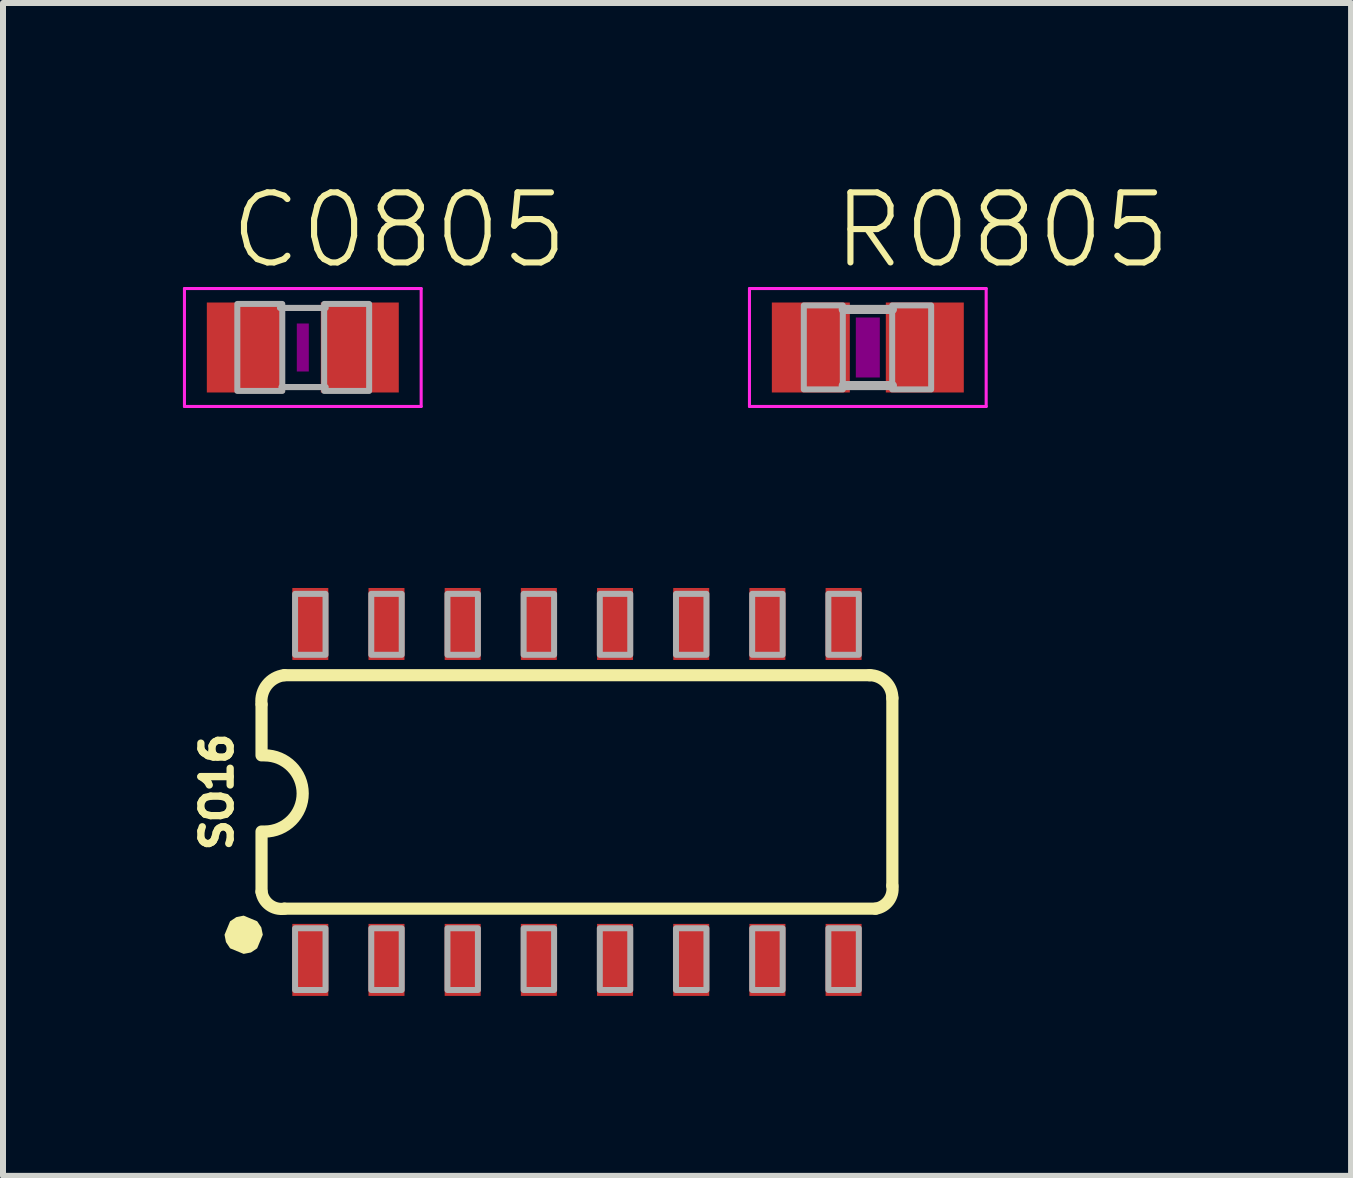
<source format=kicad_pcb>
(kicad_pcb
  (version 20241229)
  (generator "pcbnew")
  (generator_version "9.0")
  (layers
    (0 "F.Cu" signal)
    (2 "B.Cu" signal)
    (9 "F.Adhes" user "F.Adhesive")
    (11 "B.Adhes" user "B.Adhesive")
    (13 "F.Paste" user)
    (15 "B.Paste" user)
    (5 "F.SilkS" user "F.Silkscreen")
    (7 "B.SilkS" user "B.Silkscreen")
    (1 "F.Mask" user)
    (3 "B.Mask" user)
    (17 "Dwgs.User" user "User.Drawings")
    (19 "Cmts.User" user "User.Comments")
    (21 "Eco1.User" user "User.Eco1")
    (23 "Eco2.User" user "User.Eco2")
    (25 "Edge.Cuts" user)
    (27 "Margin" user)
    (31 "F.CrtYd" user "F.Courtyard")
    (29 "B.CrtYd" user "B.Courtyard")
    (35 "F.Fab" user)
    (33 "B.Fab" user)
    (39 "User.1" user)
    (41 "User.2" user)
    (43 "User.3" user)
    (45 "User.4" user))
  (footprint "C0805"
    (layer "F.Cu")
    (at 1.998 2.743)
    (property "Reference" "C0805" (at -1.27 -1.27 0) (layer "F.SilkS") (effects (font (size 1.168 1.168) (thickness 0.102)) (justify left bottom)))
    (fp_poly (pts (xy -0.1 0.4) (xy 0.1 0.4) (xy 0.1 -0.4) (xy -0.1 -0.4)) (stroke (width 0) (type solid)) (fill yes) (layer "F.Adhes"))
    (fp_line (start -1.973 -0.983) (end 1.973 -0.983) (stroke (width 0.051) (type solid)) (layer "F.CrtYd"))
    (fp_line (start -1.973 0.983) (end -1.973 -0.983) (stroke (width 0.051) (type solid)) (layer "F.CrtYd"))
    (fp_line (start 1.973 -0.983) (end 1.973 0.983) (stroke (width 0.051) (type solid)) (layer "F.CrtYd"))
    (fp_line (start 1.973 0.983) (end -1.973 0.983) (stroke (width 0.051) (type solid)) (layer "F.CrtYd"))
    (fp_line (start -0.381 -0.66) (end 0.381 -0.66) (stroke (width 0.102) (type solid)) (layer "F.Fab"))
    (fp_line (start -0.356 0.66) (end 0.381 0.66) (stroke (width 0.102) (type solid)) (layer "F.Fab"))
    (fp_poly (pts (xy -1.092 0.724) (xy -0.342 0.724) (xy -0.342 -0.726) (xy -1.092 -0.726)) (stroke (width 0.1) (type solid)) (fill no) (layer "F.Fab"))
    (fp_poly (pts (xy 0.356 0.724) (xy 1.106 0.724) (xy 1.106 -0.726) (xy 0.356 -0.726)) (stroke (width 0.1) (type solid)) (fill no) (layer "F.Fab"))
    (pad "1" smd rect (at -0.95 0) (size 1.3 1.5) (layers "F.Cu" "F.Mask" "F.Paste"))
    (pad "2" smd rect (at 0.95 0) (size 1.3 1.5) (layers "F.Cu" "F.Mask" "F.Paste")))
  (footprint "SO16"
    (layer "F.Cu")
    (at 6.568 10.152)
    (property "Reference" "SO16" (at -5.715 0 90) (layer "F.SilkS") (effects (font (size 0.488 0.488) (thickness 0.122)) (justify bottom)))
    (fp_line (start -5.258 -1.453) (end -5.258 -0.61) (stroke (width 0.203) (type solid)) (layer "F.SilkS"))
    (fp_line (start -5.258 1.665) (end -5.258 0.66) (stroke (width 0.203) (type solid)) (layer "F.SilkS"))
    (fp_line (start -4.877 1.946) (end 4.977 1.946) (stroke (width 0.203) (type solid)) (layer "F.SilkS"))
    (fp_line (start 4.877 -1.946) (end -4.877 -1.946) (stroke (width 0.203) (type solid)) (layer "F.SilkS"))
    (fp_line (start 5.258 1.565) (end 5.258 -1.565) (stroke (width 0.203) (type solid)) (layer "F.SilkS"))
    (fp_arc (start -5.2578 -1.4653) (mid -5.166948 -1.784731) (end -4.8768 -1.9463) (stroke (width 0.2032) (type solid)) (layer "F.SilkS"))
    (fp_arc (start -5.207 -0.6096) (mid -4.572 0.0254) (end -5.207 0.6604) (stroke (width 0.2032) (type solid)) (layer "F.SilkS"))
    (fp_arc (start -4.876799 1.946301) (mid -5.12554 1.884767) (end -5.2578 1.6653) (stroke (width 0.2032) (type solid)) (layer "F.SilkS"))
    (fp_arc (start 4.8768 -1.9463) (mid 5.146237 -1.834736) (end 5.2578 -1.565298) (stroke (width 0.2032) (type solid)) (layer "F.SilkS"))
    (fp_arc (start 5.2578 1.5653) (mid 5.196208 1.813997) (end 4.9768 1.9463) (stroke (width 0.2032) (type solid)) (layer "F.SilkS"))
    (fp_poly (pts (xy -5.331 2.156) (xy -5.262 2.259) (xy -5.237 2.381) (xy -5.331 2.607) (xy -5.434 2.676) (xy -5.556 2.7) (xy -5.782 2.607) (xy -5.851 2.503) (xy -5.875 2.381) (xy -5.782 2.156) (xy -5.678 2.087) (xy -5.556 2.062)) (stroke (width 0) (type solid)) (fill yes) (layer "F.SilkS"))
    (fp_poly (pts (xy -4.699 -2.286) (xy -4.191 -2.286) (xy -4.191 -3.302) (xy -4.699 -3.302)) (stroke (width 0.1) (type solid)) (fill no) (layer "F.Fab"))
    (fp_poly (pts (xy -4.699 3.302) (xy -4.191 3.302) (xy -4.191 2.273) (xy -4.699 2.273)) (stroke (width 0.1) (type solid)) (fill no) (layer "F.Fab"))
    (fp_poly (pts (xy -3.429 -2.286) (xy -2.921 -2.286) (xy -2.921 -3.302) (xy -3.429 -3.302)) (stroke (width 0.1) (type solid)) (fill no) (layer "F.Fab"))
    (fp_poly (pts (xy -3.429 3.302) (xy -2.921 3.302) (xy -2.921 2.273) (xy -3.429 2.273)) (stroke (width 0.1) (type solid)) (fill no) (layer "F.Fab"))
    (fp_poly (pts (xy -2.159 -2.286) (xy -1.651 -2.286) (xy -1.651 -3.302) (xy -2.159 -3.302)) (stroke (width 0.1) (type solid)) (fill no) (layer "F.Fab"))
    (fp_poly (pts (xy -2.159 3.302) (xy -1.651 3.302) (xy -1.651 2.273) (xy -2.159 2.273)) (stroke (width 0.1) (type solid)) (fill no) (layer "F.Fab"))
    (fp_poly (pts (xy -0.889 -2.286) (xy -0.381 -2.286) (xy -0.381 -3.302) (xy -0.889 -3.302)) (stroke (width 0.1) (type solid)) (fill no) (layer "F.Fab"))
    (fp_poly (pts (xy -0.889 3.302) (xy -0.381 3.302) (xy -0.381 2.273) (xy -0.889 2.273)) (stroke (width 0.1) (type solid)) (fill no) (layer "F.Fab"))
    (fp_poly (pts (xy 0.381 -2.286) (xy 0.889 -2.286) (xy 0.889 -3.302) (xy 0.381 -3.302)) (stroke (width 0.1) (type solid)) (fill no) (layer "F.Fab"))
    (fp_poly (pts (xy 0.381 3.302) (xy 0.889 3.302) (xy 0.889 2.273) (xy 0.381 2.273)) (stroke (width 0.1) (type solid)) (fill no) (layer "F.Fab"))
    (fp_poly (pts (xy 1.651 -2.286) (xy 2.159 -2.286) (xy 2.159 -3.302) (xy 1.651 -3.302)) (stroke (width 0.1) (type solid)) (fill no) (layer "F.Fab"))
    (fp_poly (pts (xy 1.651 3.302) (xy 2.159 3.302) (xy 2.159 2.273) (xy 1.651 2.273)) (stroke (width 0.1) (type solid)) (fill no) (layer "F.Fab"))
    (fp_poly (pts (xy 2.921 -2.286) (xy 3.429 -2.286) (xy 3.429 -3.302) (xy 2.921 -3.302)) (stroke (width 0.1) (type solid)) (fill no) (layer "F.Fab"))
    (fp_poly (pts (xy 2.921 3.302) (xy 3.429 3.302) (xy 3.429 2.273) (xy 2.921 2.273)) (stroke (width 0.1) (type solid)) (fill no) (layer "F.Fab"))
    (fp_poly (pts (xy 4.191 -2.286) (xy 4.699 -2.286) (xy 4.699 -3.302) (xy 4.191 -3.302)) (stroke (width 0.1) (type solid)) (fill no) (layer "F.Fab"))
    (fp_poly (pts (xy 4.191 3.302) (xy 4.699 3.302) (xy 4.699 2.273) (xy 4.191 2.273)) (stroke (width 0.1) (type solid)) (fill no) (layer "F.Fab"))
    (pad "1" smd rect (at -4.445 2.8) (size 0.6 1.2) (layers "F.Cu" "F.Mask" "F.Paste"))
    (pad "2" smd rect (at -3.175 2.8) (size 0.6 1.2) (layers "F.Cu" "F.Mask" "F.Paste"))
    (pad "3" smd rect (at -1.905 2.8) (size 0.6 1.2) (layers "F.Cu" "F.Mask" "F.Paste"))
    (pad "4" smd rect (at -0.635 2.8) (size 0.6 1.2) (layers "F.Cu" "F.Mask" "F.Paste"))
    (pad "5" smd rect (at 0.635 2.8) (size 0.6 1.2) (layers "F.Cu" "F.Mask" "F.Paste"))
    (pad "6" smd rect (at 1.905 2.8) (size 0.6 1.2) (layers "F.Cu" "F.Mask" "F.Paste"))
    (pad "7" smd rect (at 3.175 2.8) (size 0.6 1.2) (layers "F.Cu" "F.Mask" "F.Paste"))
    (pad "8" smd rect (at 4.445 2.8) (size 0.6 1.2) (layers "F.Cu" "F.Mask" "F.Paste"))
    (pad "9" smd rect (at 4.445 -2.8) (size 0.6 1.2) (layers "F.Cu" "F.Mask" "F.Paste"))
    (pad "10" smd rect (at 3.175 -2.8) (size 0.6 1.2) (layers "F.Cu" "F.Mask" "F.Paste"))
    (pad "11" smd rect (at 1.905 -2.8) (size 0.6 1.2) (layers "F.Cu" "F.Mask" "F.Paste"))
    (pad "12" smd rect (at 0.635 -2.8) (size 0.6 1.2) (layers "F.Cu" "F.Mask" "F.Paste"))
    (pad "13" smd rect (at -0.635 -2.8) (size 0.6 1.2) (layers "F.Cu" "F.Mask" "F.Paste"))
    (pad "14" smd rect (at -1.905 -2.8) (size 0.6 1.2) (layers "F.Cu" "F.Mask" "F.Paste"))
    (pad "15" smd rect (at -3.175 -2.8) (size 0.6 1.2) (layers "F.Cu" "F.Mask" "F.Paste"))
    (pad "16" smd rect (at -4.445 -2.8) (size 0.6 1.2) (layers "F.Cu" "F.Mask" "F.Paste")))
  (footprint "R0805"
    (layer "F.Cu")
    (at 11.417 2.743)
    (property "Reference" "R0805" (at -0.635 -1.27 0) (layer "F.SilkS") (effects (font (size 1.168 1.168) (thickness 0.102)) (justify left bottom)))
    (fp_poly (pts (xy -0.2 0.5) (xy 0.2 0.5) (xy 0.2 -0.5) (xy -0.2 -0.5)) (stroke (width 0) (type solid)) (fill yes) (layer "F.Adhes"))
    (fp_line (start -1.973 -0.983) (end 1.973 -0.983) (stroke (width 0.051) (type solid)) (layer "F.CrtYd"))
    (fp_line (start -1.973 0.983) (end -1.973 -0.983) (stroke (width 0.051) (type solid)) (layer "F.CrtYd"))
    (fp_line (start 1.973 -0.983) (end 1.973 0.983) (stroke (width 0.051) (type solid)) (layer "F.CrtYd"))
    (fp_line (start 1.973 0.983) (end -1.973 0.983) (stroke (width 0.051) (type solid)) (layer "F.CrtYd"))
    (fp_line (start -0.41 -0.635) (end 0.41 -0.635) (stroke (width 0.152) (type solid)) (layer "F.Fab"))
    (fp_line (start -0.41 0.635) (end 0.41 0.635) (stroke (width 0.152) (type solid)) (layer "F.Fab"))
    (fp_poly (pts (xy -1.067 0.699) (xy -0.417 0.699) (xy -0.417 -0.702) (xy -1.067 -0.702)) (stroke (width 0.1) (type solid)) (fill no) (layer "F.Fab"))
    (fp_poly (pts (xy 0.406 0.699) (xy 1.056 0.699) (xy 1.056 -0.702) (xy 0.406 -0.702)) (stroke (width 0.1) (type solid)) (fill no) (layer "F.Fab"))
    (pad "1" smd rect (at -0.95 0) (size 1.3 1.5) (layers "F.Cu" "F.Mask" "F.Paste"))
    (pad "2" smd rect (at 0.95 0) (size 1.3 1.5) (layers "F.Cu" "F.Mask" "F.Paste")))
  (gr_rect
    (start -3 -3)
    (end 19.473 16.552)
    (stroke (width 0.1) (type default))
    (fill no)
    (layer "Edge.Cuts")))
</source>
